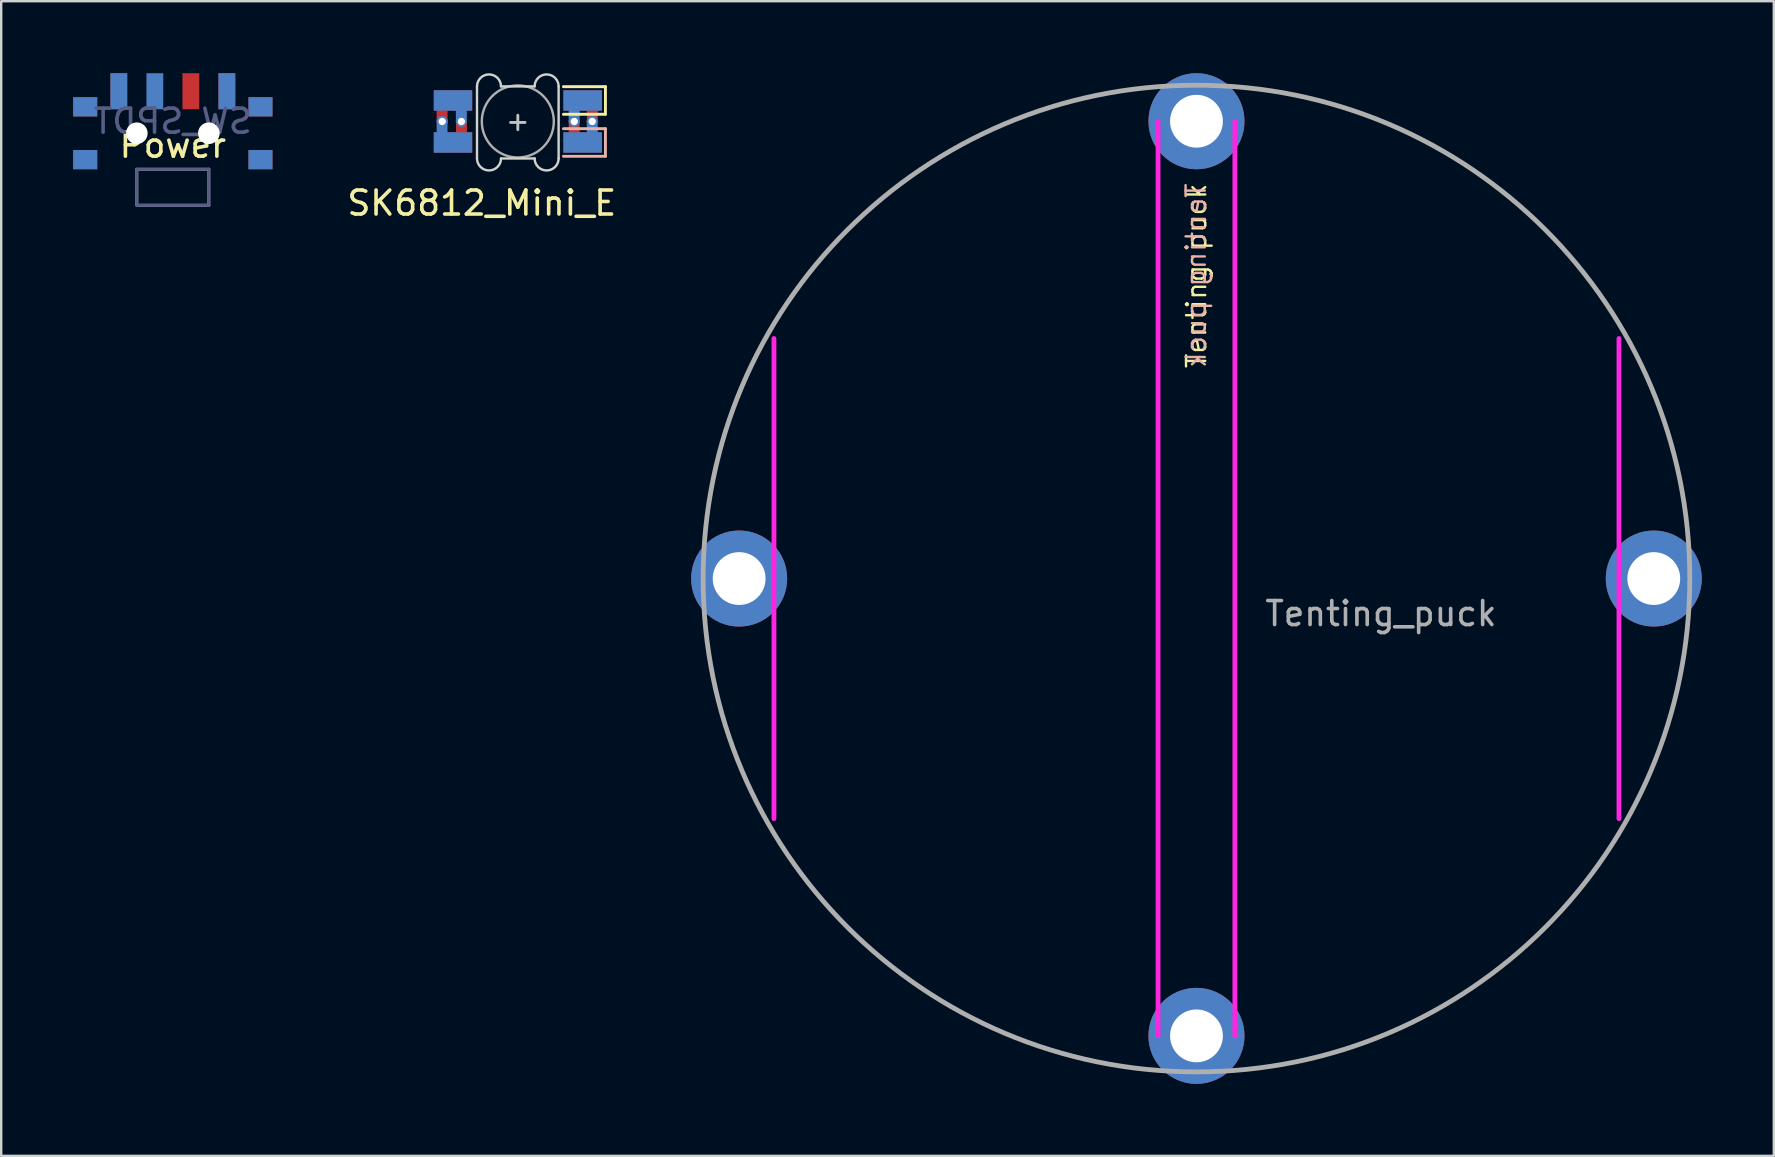
<source format=kicad_pcb>
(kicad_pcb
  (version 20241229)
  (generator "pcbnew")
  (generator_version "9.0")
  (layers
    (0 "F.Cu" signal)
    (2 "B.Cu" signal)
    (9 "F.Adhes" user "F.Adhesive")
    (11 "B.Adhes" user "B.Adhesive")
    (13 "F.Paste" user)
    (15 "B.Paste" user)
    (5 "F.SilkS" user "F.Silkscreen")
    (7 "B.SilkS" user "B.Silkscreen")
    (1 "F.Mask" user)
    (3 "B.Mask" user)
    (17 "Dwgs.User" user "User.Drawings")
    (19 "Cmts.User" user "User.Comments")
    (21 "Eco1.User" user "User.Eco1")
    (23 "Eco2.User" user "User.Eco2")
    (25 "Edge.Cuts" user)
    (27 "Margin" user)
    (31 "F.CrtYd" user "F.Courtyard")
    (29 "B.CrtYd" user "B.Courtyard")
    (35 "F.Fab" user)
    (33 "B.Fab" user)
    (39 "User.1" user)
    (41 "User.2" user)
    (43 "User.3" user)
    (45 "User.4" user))
  (footprint "Tenting_puck"
    (layer "F.Cu")
    (at 46.79 21.05)
    (property "Reference" "Tenting_puck" (at 7.684 1.46 0) (layer "F.Fab") (effects (font (size 1 1) (thickness 0.15))))
    (attr through_hole)
    (fp_line (start -17.6 10) (end -17.6 -10) (stroke (width 0.2) (type solid)) (layer "F.CrtYd"))
    (fp_line (start -1.6 19.05) (end -1.6 -19.05) (stroke (width 0.2) (type solid)) (layer "F.CrtYd"))
    (fp_line (start 1.6 19.05) (end 1.6 -19.05) (stroke (width 0.2) (type solid)) (layer "F.CrtYd"))
    (fp_line (start 17.6 10) (end 17.6 -10) (stroke (width 0.2) (type solid)) (layer "F.CrtYd"))
    (fp_circle (center 0 0) (end 20.55 0) (stroke (width 0.2) (type solid)) (fill no) (layer "F.Fab"))
    (fp_text user "Tenting puck" (at 0 -12.609 90) (unlocked yes) (layer "F.SilkS") (effects (font (size 0.8 0.8) (thickness 0.1))))
    (fp_text user "Tenting puck" (at -0.019 -12.618 90) (unlocked yes) (layer "B.SilkS") (effects (font (size 0.8 0.8) (thickness 0.1)) (justify mirror)))
    (pad "" thru_hole circle (at -19.05 0) (size 4 4) (drill 2.2) (layers "*.Cu" "*.Mask"))
    (pad "" thru_hole circle (at 0 -19.05) (size 4 4) (drill 2.2) (layers "*.Cu" "*.Mask"))
    (pad "" thru_hole circle (at 0 19.05) (size 4 4) (drill 2.2) (layers "*.Cu" "*.Mask"))
    (pad "" thru_hole circle (at 19.05 0) (size 4 4) (drill 2.2) (layers "*.Cu" "*.Mask")))
  (footprint "SK6812_Mini_E"
    (layer "F.Cu")
    (at 18.52 1.91)
    (property "Reference" "SK6812_Mini_E" (at -1.5 3.5 180) (layer "F.SilkS") (effects (font (size 1 1) (thickness 0.15))))
    (attr through_hole)
    (fp_poly (pts (xy -3.45 -1.15) (xy -1.95 -1.15) (xy -1.95 -0.4) (xy -3.45 -0.4)) (stroke (width 0.1) (type solid)) (fill yes) (layer "F.Mask"))
    (fp_poly (pts (xy -3.45 0.6) (xy -1.95 0.6) (xy -1.95 1.35) (xy -3.45 1.35)) (stroke (width 0.1) (type solid)) (fill yes) (layer "F.Mask"))
    (fp_poly (pts (xy 1.95 0.6) (xy 3.45 0.6) (xy 3.45 1.35) (xy 1.95 1.35)) (stroke (width 0.1) (type solid)) (fill yes) (layer "F.Mask"))
    (fp_poly (pts (xy 1.95 -1.15) (xy 3.2 -1.15) (xy 3.45 -0.9) (xy 3.45 -0.4) (xy 1.95 -0.4)) (stroke (width 0.1) (type solid)) (fill yes) (layer "F.Mask"))
    (fp_poly (pts (xy -3.45 -1.15) (xy -1.95 -1.15) (xy -1.95 -0.4) (xy -3.45 -0.4)) (stroke (width 0.1) (type solid)) (fill yes) (layer "B.Mask"))
    (fp_poly (pts (xy -3.45 0.6) (xy -1.95 0.6) (xy -1.95 1.35) (xy -3.45 1.35)) (stroke (width 0.1) (type solid)) (fill yes) (layer "B.Mask"))
    (fp_poly (pts (xy 1.95 -1.15) (xy 3.45 -1.15) (xy 3.45 -0.4) (xy 1.95 -0.4)) (stroke (width 0.1) (type solid)) (fill yes) (layer "B.Mask"))
    (fp_poly (pts (xy 1.95 0.6) (xy 3.45 0.6) (xy 3.45 1.1) (xy 3.2 1.35) (xy 1.95 1.35)) (stroke (width 0.1) (type solid)) (fill yes) (layer "B.Mask"))
    (fp_line (start 3.65 -1.35) (end 1.9 -1.35) (stroke (width 0.12) (type solid)) (layer "F.SilkS"))
    (fp_line (start 3.65 -0.2) (end 1.9 -0.2) (stroke (width 0.12) (type solid)) (layer "F.SilkS"))
    (fp_line (start 3.65 -0.2) (end 3.65 -1.35) (stroke (width 0.12) (type solid)) (layer "F.SilkS"))
    (fp_line (start 1.9 0.4) (end 3.65 0.4) (stroke (width 0.12) (type solid)) (layer "B.SilkS"))
    (fp_line (start 1.9 1.55) (end 3.65 1.55) (stroke (width 0.12) (type solid)) (layer "B.SilkS"))
    (fp_line (start 3.65 1.55) (end 3.65 0.4) (stroke (width 0.12) (type solid)) (layer "B.SilkS"))
    (fp_line (start -0.3 0.14) (end 0.3 0.14) (stroke (width 0.12) (type solid)) (layer "Dwgs.User"))
    (fp_line (start 0 0.44) (end 0 -0.16) (stroke (width 0.12) (type solid)) (layer "Dwgs.User"))
    (fp_line (start -1.7 -1.36) (end -1.7 1.64) (stroke (width 0.1) (type solid)) (layer "Edge.Cuts"))
    (fp_line (start -0.7 -1.36) (end 0.7 -1.36) (stroke (width 0.1) (type solid)) (layer "Edge.Cuts"))
    (fp_line (start -0.7 1.64) (end 0.7 1.64) (stroke (width 0.1) (type solid)) (layer "Edge.Cuts"))
    (fp_line (start 1.7 1.64) (end 1.7 -1.36) (stroke (width 0.1) (type solid)) (layer "Edge.Cuts"))
    (fp_arc (start -1.7 -1.36) (mid -1.2 -1.86) (end -0.7 -1.36) (stroke (width 0.1) (type solid)) (layer "Edge.Cuts"))
    (fp_arc (start -0.7 1.64) (mid -1.2 2.14) (end -1.7 1.64) (stroke (width 0.1) (type solid)) (layer "Edge.Cuts"))
    (fp_arc (start 0.7 -1.36) (mid 1.2 -1.86) (end 1.7 -1.36) (stroke (width 0.1) (type solid)) (layer "Edge.Cuts"))
    (fp_arc (start 1.7 1.64) (mid 1.2 2.14) (end 0.7 1.64) (stroke (width 0.1) (type solid)) (layer "Edge.Cuts"))
    (fp_circle (center 0 0.1) (end 0 -1.4) (stroke (width 0.1) (type solid)) (fill no) (layer "F.Fab"))
    (pad "1" smd custom (at -2.7 -0.775) (size 1.6 0.85) (layers "B.Cu") (options (anchor rect)) (primitives (gr_poly (pts (xy 0.525 0.896) (xy 0.169 0.896) (xy 0.169 0.325) (xy 0.525 0.325)) (width 0.1) (fill yes))))
    (pad "1" smd custom (at -2.7 0.975) (size 1.6 0.85) (layers "F.Cu") (options (anchor rect)) (primitives (gr_poly (pts (xy 0.531 -0.275) (xy 0.175 -0.275) (xy 0.175 -0.898) (xy 0.531 -0.898)) (width 0.1) (fill yes))))
    (pad "1" thru_hole circle (at -2.35 0.1 180) (size 0.457 0.457) (drill 0.305) (layers "*.Cu"))
    (pad "2" thru_hole circle (at -3.15 0.1 180) (size 0.457 0.457) (drill 0.305) (layers "*.Cu"))
    (pad "2" smd custom (at -2.7 -0.775 180) (size 1.6 0.85) (layers "F.Cu") (options (anchor rect)) (primitives (gr_poly (pts (xy 0.632 -0.296) (xy 0.277 -0.296) (xy 0.277 -0.869) (xy 0.632 -0.869)) (width 0.1) (fill yes))))
    (pad "2" smd custom (at -2.7 0.975 180) (size 1.6 0.85) (layers "B.Cu") (options (anchor rect)) (primitives (gr_poly (pts (xy 0.632 0.888) (xy 0.277 0.888) (xy 0.277 0.325) (xy 0.632 0.325)) (width 0.1) (fill yes))))
    (pad "3" smd custom (at 2.7 -0.775 180) (size 1.6 0.85) (layers "F.Cu") (options (anchor rect)) (primitives (gr_poly (pts (xy -0.226 -0.354) (xy -0.582 -0.354) (xy -0.582 -0.887) (xy -0.226 -0.887)) (width 0.1) (fill yes))))
    (pad "3" smd custom (at 2.7 0.975 180) (size 1.6 0.85) (layers "B.Cu") (options (anchor rect)) (primitives (gr_poly (pts (xy -0.222 0.888) (xy -0.578 0.888) (xy -0.582 0.325) (xy -0.226 0.325)) (width 0.1) (fill yes))))
    (pad "3" thru_hole circle (at 3.1 0.1 180) (size 0.457 0.457) (drill 0.305) (layers "*.Cu"))
    (pad "4" thru_hole circle (at 2.35 0.1 180) (size 0.457 0.457) (drill 0.305) (layers "*.Cu"))
    (pad "4" smd custom (at 2.7 -0.775) (size 1.6 0.85) (layers "B.Cu") (options (anchor rect)) (primitives (gr_poly (pts (xy -0.175 0.886) (xy -0.531 0.886) (xy -0.531 0.175) (xy -0.175 0.175)) (width 0.1) (fill yes))))
    (pad "4" smd custom (at 2.7 0.975) (size 1.6 0.85) (layers "F.Cu") (options (anchor rect)) (primitives (gr_poly (pts (xy -0.175 -0.175) (xy -0.531 -0.178) (xy -0.531 -0.903) (xy -0.175 -0.906)) (width 0.1) (fill yes)))))
  (footprint "Power"
    (layer "F.Cu")
    (at 4.15 2.5)
    (property "Reference" "Power" (at 0 0.5 180) (layer "F.SilkS") (effects (font (size 1 1) (thickness 0.15))))
    (fp_poly (pts (xy -4.1 -0.75) (xy -4.1 -1.45) (xy -3.2 -1.45) (xy -3.2 -0.75)) (stroke (width 0.1) (type solid)) (fill yes) (layer "F.Mask"))
    (fp_poly (pts (xy -4.1 1.45) (xy -4.1 0.75) (xy -3.2 0.75) (xy -3.2 1.45)) (stroke (width 0.1) (type solid)) (fill yes) (layer "F.Mask"))
    (fp_poly (pts (xy -2.55 -1.05) (xy -2.55 -2.45) (xy -1.95 -2.45) (xy -1.95 -1.05)) (stroke (width 0.1) (type solid)) (fill yes) (layer "F.Mask"))
    (fp_poly (pts (xy 0.45 -1.05) (xy 0.45 -2.45) (xy 1.05 -2.45) (xy 1.05 -1.05)) (stroke (width 0.1) (type solid)) (fill yes) (layer "F.Mask"))
    (fp_poly (pts (xy 1.95 -1.05) (xy 1.95 -2.45) (xy 2.55 -2.45) (xy 2.55 -1.05)) (stroke (width 0.1) (type solid)) (fill yes) (layer "F.Mask"))
    (fp_poly (pts (xy 3.2 -0.75) (xy 3.2 -1.45) (xy 4.1 -1.45) (xy 4.1 -0.75)) (stroke (width 0.1) (type solid)) (fill yes) (layer "F.Mask"))
    (fp_poly (pts (xy 3.2 1.45) (xy 3.2 0.75) (xy 4.1 0.75) (xy 4.1 1.45)) (stroke (width 0.1) (type solid)) (fill yes) (layer "F.Mask"))
    (fp_poly (pts (xy -3.2 -0.75) (xy -3.2 -1.45) (xy -4.1 -1.45) (xy -4.1 -0.75)) (stroke (width 0.1) (type solid)) (fill yes) (layer "B.Mask"))
    (fp_poly (pts (xy -3.2 1.45) (xy -3.2 0.75) (xy -4.1 0.75) (xy -4.1 1.45)) (stroke (width 0.1) (type solid)) (fill yes) (layer "B.Mask"))
    (fp_poly (pts (xy -1.95 -1.05) (xy -1.95 -2.45) (xy -2.55 -2.45) (xy -2.55 -1.05)) (stroke (width 0.1) (type solid)) (fill yes) (layer "B.Mask"))
    (fp_poly (pts (xy -0.45 -1.05) (xy -0.45 -2.45) (xy -1.05 -2.45) (xy -1.05 -1.05)) (stroke (width 0.1) (type solid)) (fill yes) (layer "B.Mask"))
    (fp_poly (pts (xy 2.55 -1.05) (xy 2.55 -2.45) (xy 1.95 -2.45) (xy 1.95 -1.05)) (stroke (width 0.1) (type solid)) (fill yes) (layer "B.Mask"))
    (fp_poly (pts (xy 4.1 -0.75) (xy 4.1 -1.45) (xy 3.2 -1.45) (xy 3.2 -0.75)) (stroke (width 0.1) (type solid)) (fill yes) (layer "B.Mask"))
    (fp_poly (pts (xy 4.1 1.45) (xy 4.1 0.75) (xy 3.2 0.75) (xy 3.2 1.45)) (stroke (width 0.1) (type solid)) (fill yes) (layer "B.Mask"))
    (fp_line (start -1.5 1.5) (end 1.5 1.5) (stroke (width 0.12) (type solid)) (layer "B.Fab"))
    (fp_line (start -1.5 3) (end -1.5 1.5) (stroke (width 0.12) (type solid)) (layer "B.Fab"))
    (fp_line (start 1.5 1.5) (end 1.5 3) (stroke (width 0.12) (type solid)) (layer "B.Fab"))
    (fp_line (start 1.5 3) (end -1.5 3) (stroke (width 0.12) (type solid)) (layer "B.Fab"))
    (fp_line (start -1.5 1.5) (end -1.5 3) (stroke (width 0.12) (type solid)) (layer "F.Fab"))
    (fp_line (start -1.5 3) (end 1.5 3) (stroke (width 0.12) (type solid)) (layer "F.Fab"))
    (fp_line (start 1.5 1.5) (end -1.5 1.5) (stroke (width 0.12) (type solid)) (layer "F.Fab"))
    (fp_line (start 1.5 3) (end 1.5 1.5) (stroke (width 0.12) (type solid)) (layer "F.Fab"))
    (fp_text user "SW_SPDT" (at 0 -0.5 180) (layer "B.Fab") (effects (font (size 1 1) (thickness 0.15)) (justify mirror)))
    (pad "" smd rect (at -3.65 -1.1) (size 1 0.8) (layers "F.Cu"))
    (pad "" smd rect (at -3.65 -1.1 180) (size 1 0.8) (layers "B.Cu"))
    (pad "" smd rect (at -3.65 1.1) (size 1 0.8) (layers "F.Cu"))
    (pad "" smd rect (at -3.65 1.1 180) (size 1 0.8) (layers "B.Cu"))
    (pad "" np_thru_hole circle (at -1.5 0) (size 0.9 0.9) (drill 0.9) (layers "*.Cu" "*.Mask"))
    (pad "" np_thru_hole circle (at 1.5 0) (size 0.9 0.9) (drill 0.9) (layers "*.Cu" "*.Mask"))
    (pad "" smd rect (at 3.65 -1.1) (size 1 0.8) (layers "F.Cu"))
    (pad "" smd rect (at 3.65 -1.1 180) (size 1 0.8) (layers "B.Cu"))
    (pad "" smd rect (at 3.65 1.1) (size 1 0.8) (layers "F.Cu"))
    (pad "" smd rect (at 3.65 1.1 180) (size 1 0.8) (layers "B.Cu"))
    (pad "1" smd rect (at -2.25 -1.75) (size 0.7 1.5) (layers "F.Cu"))
    (pad "1" smd rect (at 2.25 -1.75 180) (size 0.7 1.5) (layers "B.Cu"))
    (pad "2" smd rect (at -0.75 -1.75 180) (size 0.7 1.5) (layers "B.Cu"))
    (pad "2" smd rect (at 0.75 -1.75) (size 0.7 1.5) (layers "F.Cu"))
    (pad "3" smd rect (at -2.25 -1.75 180) (size 0.7 1.5) (layers "B.Cu"))
    (pad "3" smd rect (at 2.25 -1.75) (size 0.7 1.5) (layers "F.Cu")))
  (gr_rect
    (start -3 -3)
    (end 70.84 45.1)
    (stroke (width 0.1) (type default))
    (fill no)
    (layer "Edge.Cuts")))
</source>
